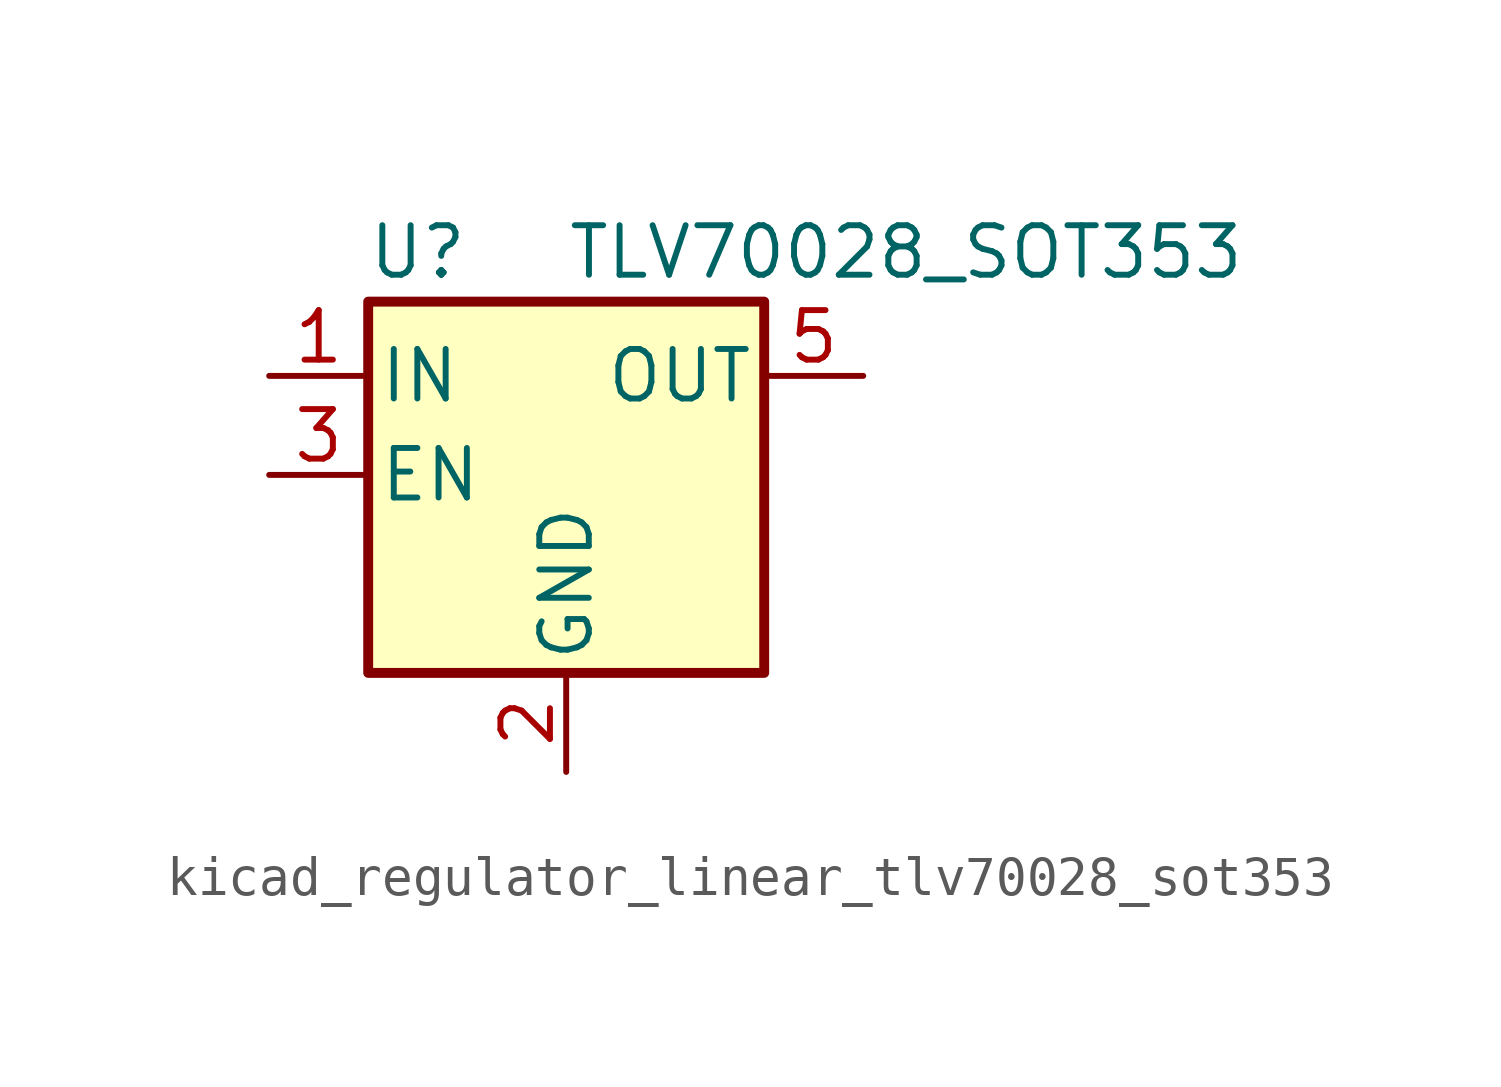
<source format=kicad_sym>
(kicad_symbol_lib
  (version 20220914)
  (generator kicad_symbol_editor)
  (symbol "kicad_regulator_linear_tlv70028_sot353"
    (pin_names
      (offset 0.254))
    (property "Reference" "U"
      (at -3.81 5.715 0)
      (effects (font (size 1.27 1.27))))
    (property "Value" "TLV70028_SOT353"
      (at 0 5.715 0)
      (effects (font (size 1.27 1.27)) (justify left)))
    (symbol "kicad_regulator_linear_tlv70028_sot353_0_1"
      (rectangle (start -5.08 4.445) (end 5.08 -5.08) (stroke (width 0.254) (type default)) (fill (type background))))
    (symbol "kicad_regulator_linear_tlv70028_sot353_1_1"
      (pin power_in line (at -7.62 2.54 0) (length 2.54) (name "IN" (effects (font (size 1.27 1.27)))) (number "1" (effects (font (size 1.27 1.27)))))
      (pin power_in line (at 0 -7.62 90) (length 2.54) (name "GND" (effects (font (size 1.27 1.27)))) (number "2" (effects (font (size 1.27 1.27)))))
      (pin input line (at -7.62 0 0) (length 2.54) (name "EN" (effects (font (size 1.27 1.27)))) (number "3" (effects (font (size 1.27 1.27)))))
      (pin no_connect line (at 5.08 0 180) (length 2.54) hide (name "NC" (effects (font (size 1.27 1.27)))) (number "4" (effects (font (size 1.27 1.27)))))
      (pin power_out line (at 7.62 2.54 180) (length 2.54) (name "OUT" (effects (font (size 1.27 1.27)))) (number "5" (effects (font (size 1.27 1.27))))))))
</source>
